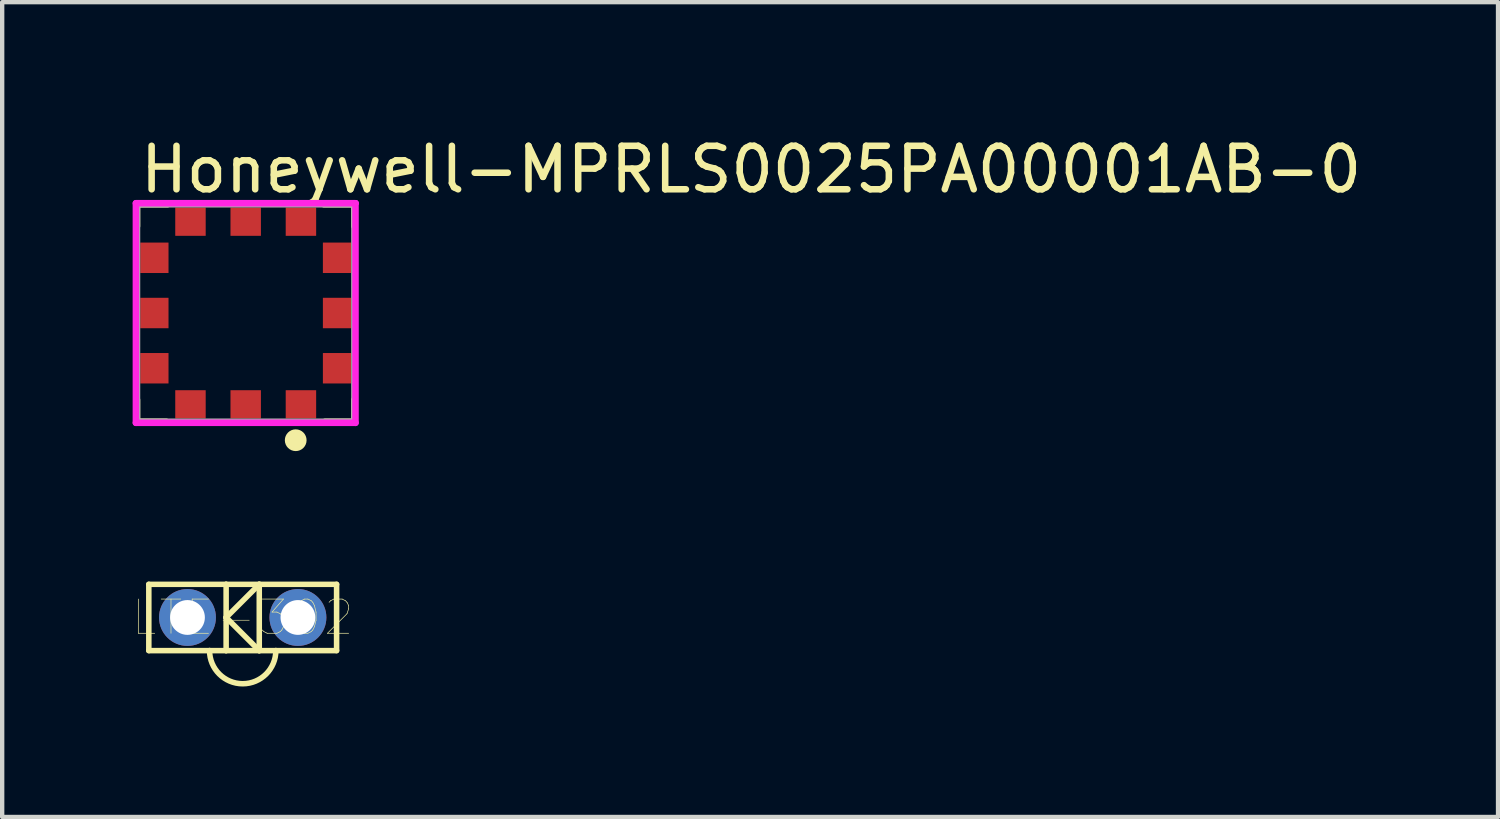
<source format=kicad_pcb>
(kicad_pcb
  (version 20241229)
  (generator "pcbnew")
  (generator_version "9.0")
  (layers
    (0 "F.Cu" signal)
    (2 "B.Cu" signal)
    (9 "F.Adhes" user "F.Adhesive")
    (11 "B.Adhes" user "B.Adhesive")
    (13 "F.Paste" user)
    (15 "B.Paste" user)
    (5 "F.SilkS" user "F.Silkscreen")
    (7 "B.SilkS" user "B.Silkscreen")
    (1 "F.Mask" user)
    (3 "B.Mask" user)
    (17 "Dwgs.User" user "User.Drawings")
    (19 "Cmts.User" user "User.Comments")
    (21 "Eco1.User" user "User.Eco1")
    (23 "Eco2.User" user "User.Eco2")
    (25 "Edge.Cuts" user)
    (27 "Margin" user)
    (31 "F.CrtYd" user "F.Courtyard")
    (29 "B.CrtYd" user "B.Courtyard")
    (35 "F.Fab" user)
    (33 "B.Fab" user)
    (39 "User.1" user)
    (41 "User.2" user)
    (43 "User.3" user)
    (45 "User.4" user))
  (footprint "LTE-302"
    (layer "F.Cu")
    (at 2.531 11.149)
    (property "Reference" "LTE-302" (at 0 0 0) (layer "F.SilkS") (effects (font (size 0.787 0.787) (thickness 0.015))))
    (attr through_hole)
    (fp_line (start -2.159 -0.762) (end -0.381 -0.762) (stroke (width 0.127) (type solid)) (layer "F.SilkS"))
    (fp_line (start -2.159 0.762) (end -2.159 -0.762) (stroke (width 0.127) (type solid)) (layer "F.SilkS"))
    (fp_line (start -0.762 0.762) (end -2.159 0.762) (stroke (width 0.127) (type solid)) (layer "F.SilkS"))
    (fp_line (start -0.381 -0.762) (end 0.381 -0.762) (stroke (width 0.127) (type solid)) (layer "F.SilkS"))
    (fp_line (start -0.381 0) (end -0.381 -0.762) (stroke (width 0.127) (type solid)) (layer "F.SilkS"))
    (fp_line (start -0.381 0) (end -0.381 0.762) (stroke (width 0.127) (type solid)) (layer "F.SilkS"))
    (fp_line (start -0.381 0) (end 0.381 -0.762) (stroke (width 0.127) (type solid)) (layer "F.SilkS"))
    (fp_line (start -0.381 0.762) (end -0.762 0.762) (stroke (width 0.127) (type solid)) (layer "F.SilkS"))
    (fp_line (start 0.381 -0.762) (end 0.381 0.762) (stroke (width 0.127) (type solid)) (layer "F.SilkS"))
    (fp_line (start 0.381 -0.762) (end 2.159 -0.762) (stroke (width 0.127) (type solid)) (layer "F.SilkS"))
    (fp_line (start 0.381 0.762) (end -0.381 0) (stroke (width 0.127) (type solid)) (layer "F.SilkS"))
    (fp_line (start 0.381 0.762) (end -0.381 0.762) (stroke (width 0.127) (type solid)) (layer "F.SilkS"))
    (fp_line (start 0.762 0.762) (end 0.381 0.762) (stroke (width 0.127) (type solid)) (layer "F.SilkS"))
    (fp_line (start 2.159 -0.762) (end 2.159 0.762) (stroke (width 0.127) (type solid)) (layer "F.SilkS"))
    (fp_line (start 2.159 0.762) (end 0.762 0.762) (stroke (width 0.127) (type solid)) (layer "F.SilkS"))
    (fp_arc (start 0.762 0.762) (mid 0 1.524) (end -0.762 0.762) (stroke (width 0.127) (type solid)) (layer "F.SilkS"))
    (pad "1" thru_hole circle (at -1.27 0) (size 1.308 1.308) (drill 0.8) (layers "*.Cu" "*.Mask"))
    (pad "2" thru_hole circle (at 1.27 0) (size 1.308 1.308) (drill 0.8) (layers "*.Cu" "*.Mask")))
  (footprint "Honeywell-MPRLS0025PA00001AB-0"
    (layer "F.Cu")
    (at 2.6 4.148)
    (property "Reference" "Honeywell-MPRLS0025PA00001AB-0" (at -2.5 -3.3 0) (layer "F.SilkS") (effects (font (size 1 1) (thickness 0.15)) (justify left)))
    (attr through_hole)
    (fp_line (start -2.5 -2.5) (end -1.8 -2.5) (stroke (width 0.15) (type solid)) (layer "F.SilkS"))
    (fp_line (start -2.5 -1.995) (end -2.5 -2.5) (stroke (width 0.15) (type solid)) (layer "F.SilkS"))
    (fp_line (start -2.5 2.5) (end -2.5 1.995) (stroke (width 0.15) (type solid)) (layer "F.SilkS"))
    (fp_line (start -2.5 2.5) (end -1.825 2.5) (stroke (width 0.15) (type solid)) (layer "F.SilkS"))
    (fp_line (start 1.8 -2.5) (end 2.5 -2.5) (stroke (width 0.15) (type solid)) (layer "F.SilkS"))
    (fp_line (start 1.825 2.5) (end 2.5 2.5) (stroke (width 0.15) (type solid)) (layer "F.SilkS"))
    (fp_line (start 2.5 -1.995) (end 2.5 -2.5) (stroke (width 0.15) (type solid)) (layer "F.SilkS"))
    (fp_line (start 2.5 2.5) (end 2.5 1.995) (stroke (width 0.15) (type solid)) (layer "F.SilkS"))
    (fp_circle (center 1.15 2.925) (end 1.275 2.925) (stroke (width 0.25) (type solid)) (fill no) (layer "F.SilkS"))
    (fp_line (start -2.525 -2.525) (end -2.525 2.525) (stroke (width 0.15) (type solid)) (layer "F.CrtYd"))
    (fp_line (start -2.525 2.525) (end 2.525 2.525) (stroke (width 0.15) (type solid)) (layer "F.CrtYd"))
    (fp_line (start 2.525 -2.525) (end -2.525 -2.525) (stroke (width 0.15) (type solid)) (layer "F.CrtYd"))
    (fp_line (start 2.525 -2.525) (end 2.525 -2.525) (stroke (width 0.15) (type solid)) (layer "F.CrtYd"))
    (fp_line (start 2.525 2.525) (end 2.525 -2.525) (stroke (width 0.15) (type solid)) (layer "F.CrtYd"))
    (fp_line (start -2.5 -2.5) (end 2.5 -2.5) (stroke (width 0.15) (type solid)) (layer "F.Fab"))
    (fp_line (start -2.5 2.5) (end -2.5 -2.5) (stroke (width 0.15) (type solid)) (layer "F.Fab"))
    (fp_line (start 2.5 -2.5) (end 2.5 2.5) (stroke (width 0.15) (type solid)) (layer "F.Fab"))
    (fp_line (start 2.5 2.5) (end -2.5 2.5) (stroke (width 0.15) (type solid)) (layer "F.Fab"))
    (pad "1" smd rect (at 1.27 2.1) (size 0.7 0.65) (layers "F.Cu" "F.Mask" "F.Paste"))
    (pad "2" smd rect (at 0 2.1) (size 0.7 0.65) (layers "F.Cu" "F.Mask" "F.Paste"))
    (pad "3" smd rect (at -1.27 2.1) (size 0.7 0.65) (layers "F.Cu" "F.Mask" "F.Paste"))
    (pad "4" smd rect (at -2.1 1.27) (size 0.65 0.7) (layers "F.Cu" "F.Mask" "F.Paste"))
    (pad "5" smd rect (at -2.1 0) (size 0.65 0.7) (layers "F.Cu" "F.Mask" "F.Paste"))
    (pad "6" smd rect (at -2.1 -1.27) (size 0.65 0.7) (layers "F.Cu" "F.Mask" "F.Paste"))
    (pad "7" smd rect (at -1.27 -2.1) (size 0.7 0.65) (layers "F.Cu" "F.Mask" "F.Paste"))
    (pad "8" smd rect (at 0 -2.1) (size 0.7 0.65) (layers "F.Cu" "F.Mask" "F.Paste"))
    (pad "9" smd rect (at 1.27 -2.1) (size 0.7 0.65) (layers "F.Cu" "F.Mask" "F.Paste"))
    (pad "10" smd rect (at 2.1 -1.27) (size 0.65 0.7) (layers "F.Cu" "F.Mask" "F.Paste"))
    (pad "11" smd rect (at 2.1 0) (size 0.65 0.7) (layers "F.Cu" "F.Mask" "F.Paste"))
    (pad "12" smd rect (at 2.1 1.27) (size 0.65 0.7) (layers "F.Cu" "F.Mask" "F.Paste")))
  (gr_rect
    (start -3 -3)
    (end 31.398 15.736)
    (stroke (width 0.1) (type default))
    (fill no)
    (layer "Edge.Cuts")))
</source>
